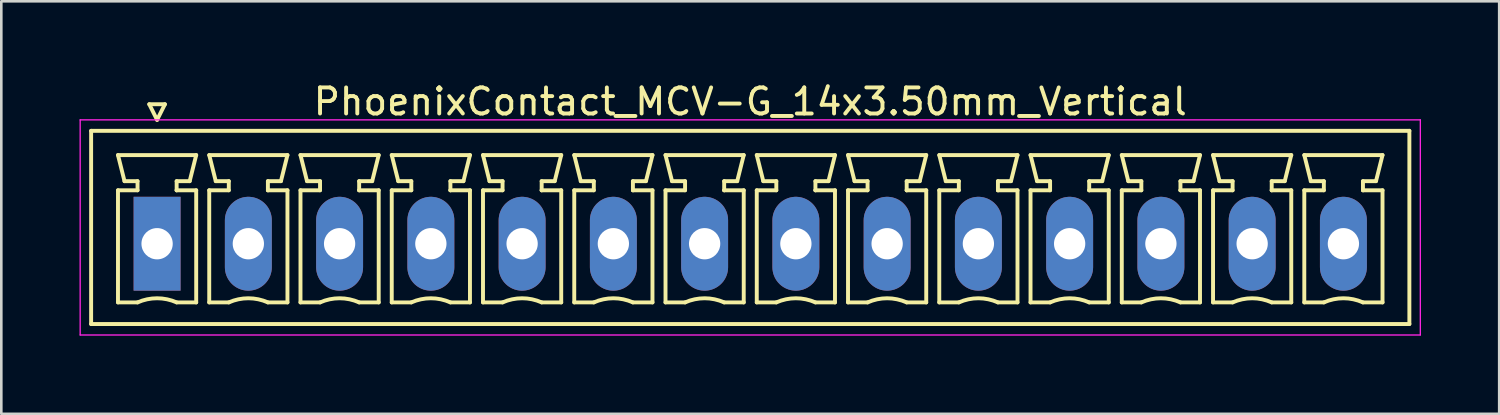
<source format=kicad_pcb>
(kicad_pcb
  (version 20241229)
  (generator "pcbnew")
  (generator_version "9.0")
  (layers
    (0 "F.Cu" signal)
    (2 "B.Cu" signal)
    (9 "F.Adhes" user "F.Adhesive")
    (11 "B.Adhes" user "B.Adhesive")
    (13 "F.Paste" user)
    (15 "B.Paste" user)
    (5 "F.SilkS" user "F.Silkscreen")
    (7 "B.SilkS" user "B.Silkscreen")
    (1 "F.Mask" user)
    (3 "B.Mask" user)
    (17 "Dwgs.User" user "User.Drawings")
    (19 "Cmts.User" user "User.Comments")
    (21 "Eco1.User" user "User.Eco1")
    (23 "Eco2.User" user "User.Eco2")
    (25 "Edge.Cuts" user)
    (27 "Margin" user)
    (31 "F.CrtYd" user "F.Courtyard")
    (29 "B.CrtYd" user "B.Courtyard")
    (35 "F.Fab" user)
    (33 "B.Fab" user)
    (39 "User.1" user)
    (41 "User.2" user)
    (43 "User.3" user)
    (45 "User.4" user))
  (footprint "PhoenixContact_MCV-G_14x3.50mm_Vertical"
    (layer "F.Cu")
    (at 2.975 6.298)
    (property "Reference" "PhoenixContact_MCV-G_14x3.50mm_Vertical" (at 22.75 -5.45 0) (layer "F.SilkS") (effects (font (size 1 1) (thickness 0.15))))
    (attr through_hole)
    (fp_line (start -2.53 -4.33) (end -2.53 3.08) (stroke (width 0.15) (type solid)) (layer "F.SilkS"))
    (fp_line (start -2.53 3.08) (end 48.03 3.08) (stroke (width 0.15) (type solid)) (layer "F.SilkS"))
    (fp_line (start -1.5 -3.4) (end 1.5 -3.4) (stroke (width 0.15) (type solid)) (layer "F.SilkS"))
    (fp_line (start -1.5 -2.05) (end -0.75 -2.05) (stroke (width 0.15) (type solid)) (layer "F.SilkS"))
    (fp_line (start -1.5 2.25) (end -1.5 -2.05) (stroke (width 0.15) (type solid)) (layer "F.SilkS"))
    (fp_line (start -1.25 -2.4) (end -1.5 -3.4) (stroke (width 0.15) (type solid)) (layer "F.SilkS"))
    (fp_line (start -0.75 -2.4) (end -1.25 -2.4) (stroke (width 0.15) (type solid)) (layer "F.SilkS"))
    (fp_line (start -0.75 -2.05) (end -0.75 -2.4) (stroke (width 0.15) (type solid)) (layer "F.SilkS"))
    (fp_line (start -0.75 2.25) (end -1.5 2.25) (stroke (width 0.15) (type solid)) (layer "F.SilkS"))
    (fp_line (start -0.3 -5.35) (end 0 -4.75) (stroke (width 0.15) (type solid)) (layer "F.SilkS"))
    (fp_line (start 0 -4.75) (end 0.3 -5.35) (stroke (width 0.15) (type solid)) (layer "F.SilkS"))
    (fp_line (start 0.3 -5.35) (end -0.3 -5.35) (stroke (width 0.15) (type solid)) (layer "F.SilkS"))
    (fp_line (start 0.75 -2.4) (end 0.75 -2.05) (stroke (width 0.15) (type solid)) (layer "F.SilkS"))
    (fp_line (start 0.75 -2.05) (end 0.75 -2.05) (stroke (width 0.15) (type solid)) (layer "F.SilkS"))
    (fp_line (start 0.75 -2.05) (end 1.5 -2.05) (stroke (width 0.15) (type solid)) (layer "F.SilkS"))
    (fp_line (start 1.25 -2.4) (end 0.75 -2.4) (stroke (width 0.15) (type solid)) (layer "F.SilkS"))
    (fp_line (start 1.5 -3.4) (end 1.25 -2.4) (stroke (width 0.15) (type solid)) (layer "F.SilkS"))
    (fp_line (start 1.5 -2.05) (end 1.5 2.25) (stroke (width 0.15) (type solid)) (layer "F.SilkS"))
    (fp_line (start 1.5 2.25) (end 0.75 2.25) (stroke (width 0.15) (type solid)) (layer "F.SilkS"))
    (fp_line (start 2 -3.4) (end 5 -3.4) (stroke (width 0.15) (type solid)) (layer "F.SilkS"))
    (fp_line (start 2 -2.05) (end 2.75 -2.05) (stroke (width 0.15) (type solid)) (layer "F.SilkS"))
    (fp_line (start 2 2.25) (end 2 -2.05) (stroke (width 0.15) (type solid)) (layer "F.SilkS"))
    (fp_line (start 2.25 -2.4) (end 2 -3.4) (stroke (width 0.15) (type solid)) (layer "F.SilkS"))
    (fp_line (start 2.75 -2.4) (end 2.25 -2.4) (stroke (width 0.15) (type solid)) (layer "F.SilkS"))
    (fp_line (start 2.75 -2.05) (end 2.75 -2.4) (stroke (width 0.15) (type solid)) (layer "F.SilkS"))
    (fp_line (start 2.75 2.25) (end 2 2.25) (stroke (width 0.15) (type solid)) (layer "F.SilkS"))
    (fp_line (start 4.25 -2.4) (end 4.25 -2.05) (stroke (width 0.15) (type solid)) (layer "F.SilkS"))
    (fp_line (start 4.25 -2.05) (end 4.25 -2.05) (stroke (width 0.15) (type solid)) (layer "F.SilkS"))
    (fp_line (start 4.25 -2.05) (end 5 -2.05) (stroke (width 0.15) (type solid)) (layer "F.SilkS"))
    (fp_line (start 4.75 -2.4) (end 4.25 -2.4) (stroke (width 0.15) (type solid)) (layer "F.SilkS"))
    (fp_line (start 5 -3.4) (end 4.75 -2.4) (stroke (width 0.15) (type solid)) (layer "F.SilkS"))
    (fp_line (start 5 -2.05) (end 5 2.25) (stroke (width 0.15) (type solid)) (layer "F.SilkS"))
    (fp_line (start 5 2.25) (end 4.25 2.25) (stroke (width 0.15) (type solid)) (layer "F.SilkS"))
    (fp_line (start 5.5 -3.4) (end 8.5 -3.4) (stroke (width 0.15) (type solid)) (layer "F.SilkS"))
    (fp_line (start 5.5 -2.05) (end 6.25 -2.05) (stroke (width 0.15) (type solid)) (layer "F.SilkS"))
    (fp_line (start 5.5 2.25) (end 5.5 -2.05) (stroke (width 0.15) (type solid)) (layer "F.SilkS"))
    (fp_line (start 5.75 -2.4) (end 5.5 -3.4) (stroke (width 0.15) (type solid)) (layer "F.SilkS"))
    (fp_line (start 6.25 -2.4) (end 5.75 -2.4) (stroke (width 0.15) (type solid)) (layer "F.SilkS"))
    (fp_line (start 6.25 -2.05) (end 6.25 -2.4) (stroke (width 0.15) (type solid)) (layer "F.SilkS"))
    (fp_line (start 6.25 2.25) (end 5.5 2.25) (stroke (width 0.15) (type solid)) (layer "F.SilkS"))
    (fp_line (start 7.75 -2.4) (end 7.75 -2.05) (stroke (width 0.15) (type solid)) (layer "F.SilkS"))
    (fp_line (start 7.75 -2.05) (end 7.75 -2.05) (stroke (width 0.15) (type solid)) (layer "F.SilkS"))
    (fp_line (start 7.75 -2.05) (end 8.5 -2.05) (stroke (width 0.15) (type solid)) (layer "F.SilkS"))
    (fp_line (start 8.25 -2.4) (end 7.75 -2.4) (stroke (width 0.15) (type solid)) (layer "F.SilkS"))
    (fp_line (start 8.5 -3.4) (end 8.25 -2.4) (stroke (width 0.15) (type solid)) (layer "F.SilkS"))
    (fp_line (start 8.5 -2.05) (end 8.5 2.25) (stroke (width 0.15) (type solid)) (layer "F.SilkS"))
    (fp_line (start 8.5 2.25) (end 7.75 2.25) (stroke (width 0.15) (type solid)) (layer "F.SilkS"))
    (fp_line (start 9 -3.4) (end 12 -3.4) (stroke (width 0.15) (type solid)) (layer "F.SilkS"))
    (fp_line (start 9 -2.05) (end 9.75 -2.05) (stroke (width 0.15) (type solid)) (layer "F.SilkS"))
    (fp_line (start 9 2.25) (end 9 -2.05) (stroke (width 0.15) (type solid)) (layer "F.SilkS"))
    (fp_line (start 9.25 -2.4) (end 9 -3.4) (stroke (width 0.15) (type solid)) (layer "F.SilkS"))
    (fp_line (start 9.75 -2.4) (end 9.25 -2.4) (stroke (width 0.15) (type solid)) (layer "F.SilkS"))
    (fp_line (start 9.75 -2.05) (end 9.75 -2.4) (stroke (width 0.15) (type solid)) (layer "F.SilkS"))
    (fp_line (start 9.75 2.25) (end 9 2.25) (stroke (width 0.15) (type solid)) (layer "F.SilkS"))
    (fp_line (start 11.25 -2.4) (end 11.25 -2.05) (stroke (width 0.15) (type solid)) (layer "F.SilkS"))
    (fp_line (start 11.25 -2.05) (end 11.25 -2.05) (stroke (width 0.15) (type solid)) (layer "F.SilkS"))
    (fp_line (start 11.25 -2.05) (end 12 -2.05) (stroke (width 0.15) (type solid)) (layer "F.SilkS"))
    (fp_line (start 11.75 -2.4) (end 11.25 -2.4) (stroke (width 0.15) (type solid)) (layer "F.SilkS"))
    (fp_line (start 12 -3.4) (end 11.75 -2.4) (stroke (width 0.15) (type solid)) (layer "F.SilkS"))
    (fp_line (start 12 -2.05) (end 12 2.25) (stroke (width 0.15) (type solid)) (layer "F.SilkS"))
    (fp_line (start 12 2.25) (end 11.25 2.25) (stroke (width 0.15) (type solid)) (layer "F.SilkS"))
    (fp_line (start 12.5 -3.4) (end 15.5 -3.4) (stroke (width 0.15) (type solid)) (layer "F.SilkS"))
    (fp_line (start 12.5 -2.05) (end 13.25 -2.05) (stroke (width 0.15) (type solid)) (layer "F.SilkS"))
    (fp_line (start 12.5 2.25) (end 12.5 -2.05) (stroke (width 0.15) (type solid)) (layer "F.SilkS"))
    (fp_line (start 12.75 -2.4) (end 12.5 -3.4) (stroke (width 0.15) (type solid)) (layer "F.SilkS"))
    (fp_line (start 13.25 -2.4) (end 12.75 -2.4) (stroke (width 0.15) (type solid)) (layer "F.SilkS"))
    (fp_line (start 13.25 -2.05) (end 13.25 -2.4) (stroke (width 0.15) (type solid)) (layer "F.SilkS"))
    (fp_line (start 13.25 2.25) (end 12.5 2.25) (stroke (width 0.15) (type solid)) (layer "F.SilkS"))
    (fp_line (start 14.75 -2.4) (end 14.75 -2.05) (stroke (width 0.15) (type solid)) (layer "F.SilkS"))
    (fp_line (start 14.75 -2.05) (end 14.75 -2.05) (stroke (width 0.15) (type solid)) (layer "F.SilkS"))
    (fp_line (start 14.75 -2.05) (end 15.5 -2.05) (stroke (width 0.15) (type solid)) (layer "F.SilkS"))
    (fp_line (start 15.25 -2.4) (end 14.75 -2.4) (stroke (width 0.15) (type solid)) (layer "F.SilkS"))
    (fp_line (start 15.5 -3.4) (end 15.25 -2.4) (stroke (width 0.15) (type solid)) (layer "F.SilkS"))
    (fp_line (start 15.5 -2.05) (end 15.5 2.25) (stroke (width 0.15) (type solid)) (layer "F.SilkS"))
    (fp_line (start 15.5 2.25) (end 14.75 2.25) (stroke (width 0.15) (type solid)) (layer "F.SilkS"))
    (fp_line (start 16 -3.4) (end 19 -3.4) (stroke (width 0.15) (type solid)) (layer "F.SilkS"))
    (fp_line (start 16 -2.05) (end 16.75 -2.05) (stroke (width 0.15) (type solid)) (layer "F.SilkS"))
    (fp_line (start 16 2.25) (end 16 -2.05) (stroke (width 0.15) (type solid)) (layer "F.SilkS"))
    (fp_line (start 16.25 -2.4) (end 16 -3.4) (stroke (width 0.15) (type solid)) (layer "F.SilkS"))
    (fp_line (start 16.75 -2.4) (end 16.25 -2.4) (stroke (width 0.15) (type solid)) (layer "F.SilkS"))
    (fp_line (start 16.75 -2.05) (end 16.75 -2.4) (stroke (width 0.15) (type solid)) (layer "F.SilkS"))
    (fp_line (start 16.75 2.25) (end 16 2.25) (stroke (width 0.15) (type solid)) (layer "F.SilkS"))
    (fp_line (start 18.25 -2.4) (end 18.25 -2.05) (stroke (width 0.15) (type solid)) (layer "F.SilkS"))
    (fp_line (start 18.25 -2.05) (end 18.25 -2.05) (stroke (width 0.15) (type solid)) (layer "F.SilkS"))
    (fp_line (start 18.25 -2.05) (end 19 -2.05) (stroke (width 0.15) (type solid)) (layer "F.SilkS"))
    (fp_line (start 18.75 -2.4) (end 18.25 -2.4) (stroke (width 0.15) (type solid)) (layer "F.SilkS"))
    (fp_line (start 19 -3.4) (end 18.75 -2.4) (stroke (width 0.15) (type solid)) (layer "F.SilkS"))
    (fp_line (start 19 -2.05) (end 19 2.25) (stroke (width 0.15) (type solid)) (layer "F.SilkS"))
    (fp_line (start 19 2.25) (end 18.25 2.25) (stroke (width 0.15) (type solid)) (layer "F.SilkS"))
    (fp_line (start 19.5 -3.4) (end 22.5 -3.4) (stroke (width 0.15) (type solid)) (layer "F.SilkS"))
    (fp_line (start 19.5 -2.05) (end 20.25 -2.05) (stroke (width 0.15) (type solid)) (layer "F.SilkS"))
    (fp_line (start 19.5 2.25) (end 19.5 -2.05) (stroke (width 0.15) (type solid)) (layer "F.SilkS"))
    (fp_line (start 19.75 -2.4) (end 19.5 -3.4) (stroke (width 0.15) (type solid)) (layer "F.SilkS"))
    (fp_line (start 20.25 -2.4) (end 19.75 -2.4) (stroke (width 0.15) (type solid)) (layer "F.SilkS"))
    (fp_line (start 20.25 -2.05) (end 20.25 -2.4) (stroke (width 0.15) (type solid)) (layer "F.SilkS"))
    (fp_line (start 20.25 2.25) (end 19.5 2.25) (stroke (width 0.15) (type solid)) (layer "F.SilkS"))
    (fp_line (start 21.75 -2.4) (end 21.75 -2.05) (stroke (width 0.15) (type solid)) (layer "F.SilkS"))
    (fp_line (start 21.75 -2.05) (end 21.75 -2.05) (stroke (width 0.15) (type solid)) (layer "F.SilkS"))
    (fp_line (start 21.75 -2.05) (end 22.5 -2.05) (stroke (width 0.15) (type solid)) (layer "F.SilkS"))
    (fp_line (start 22.25 -2.4) (end 21.75 -2.4) (stroke (width 0.15) (type solid)) (layer "F.SilkS"))
    (fp_line (start 22.5 -3.4) (end 22.25 -2.4) (stroke (width 0.15) (type solid)) (layer "F.SilkS"))
    (fp_line (start 22.5 -2.05) (end 22.5 2.25) (stroke (width 0.15) (type solid)) (layer "F.SilkS"))
    (fp_line (start 22.5 2.25) (end 21.75 2.25) (stroke (width 0.15) (type solid)) (layer "F.SilkS"))
    (fp_line (start 23 -3.4) (end 26 -3.4) (stroke (width 0.15) (type solid)) (layer "F.SilkS"))
    (fp_line (start 23 -2.05) (end 23.75 -2.05) (stroke (width 0.15) (type solid)) (layer "F.SilkS"))
    (fp_line (start 23 2.25) (end 23 -2.05) (stroke (width 0.15) (type solid)) (layer "F.SilkS"))
    (fp_line (start 23.25 -2.4) (end 23 -3.4) (stroke (width 0.15) (type solid)) (layer "F.SilkS"))
    (fp_line (start 23.75 -2.4) (end 23.25 -2.4) (stroke (width 0.15) (type solid)) (layer "F.SilkS"))
    (fp_line (start 23.75 -2.05) (end 23.75 -2.4) (stroke (width 0.15) (type solid)) (layer "F.SilkS"))
    (fp_line (start 23.75 2.25) (end 23 2.25) (stroke (width 0.15) (type solid)) (layer "F.SilkS"))
    (fp_line (start 25.25 -2.4) (end 25.25 -2.05) (stroke (width 0.15) (type solid)) (layer "F.SilkS"))
    (fp_line (start 25.25 -2.05) (end 25.25 -2.05) (stroke (width 0.15) (type solid)) (layer "F.SilkS"))
    (fp_line (start 25.25 -2.05) (end 26 -2.05) (stroke (width 0.15) (type solid)) (layer "F.SilkS"))
    (fp_line (start 25.75 -2.4) (end 25.25 -2.4) (stroke (width 0.15) (type solid)) (layer "F.SilkS"))
    (fp_line (start 26 -3.4) (end 25.75 -2.4) (stroke (width 0.15) (type solid)) (layer "F.SilkS"))
    (fp_line (start 26 -2.05) (end 26 2.25) (stroke (width 0.15) (type solid)) (layer "F.SilkS"))
    (fp_line (start 26 2.25) (end 25.25 2.25) (stroke (width 0.15) (type solid)) (layer "F.SilkS"))
    (fp_line (start 26.5 -3.4) (end 29.5 -3.4) (stroke (width 0.15) (type solid)) (layer "F.SilkS"))
    (fp_line (start 26.5 -2.05) (end 27.25 -2.05) (stroke (width 0.15) (type solid)) (layer "F.SilkS"))
    (fp_line (start 26.5 2.25) (end 26.5 -2.05) (stroke (width 0.15) (type solid)) (layer "F.SilkS"))
    (fp_line (start 26.75 -2.4) (end 26.5 -3.4) (stroke (width 0.15) (type solid)) (layer "F.SilkS"))
    (fp_line (start 27.25 -2.4) (end 26.75 -2.4) (stroke (width 0.15) (type solid)) (layer "F.SilkS"))
    (fp_line (start 27.25 -2.05) (end 27.25 -2.4) (stroke (width 0.15) (type solid)) (layer "F.SilkS"))
    (fp_line (start 27.25 2.25) (end 26.5 2.25) (stroke (width 0.15) (type solid)) (layer "F.SilkS"))
    (fp_line (start 28.75 -2.4) (end 28.75 -2.05) (stroke (width 0.15) (type solid)) (layer "F.SilkS"))
    (fp_line (start 28.75 -2.05) (end 28.75 -2.05) (stroke (width 0.15) (type solid)) (layer "F.SilkS"))
    (fp_line (start 28.75 -2.05) (end 29.5 -2.05) (stroke (width 0.15) (type solid)) (layer "F.SilkS"))
    (fp_line (start 29.25 -2.4) (end 28.75 -2.4) (stroke (width 0.15) (type solid)) (layer "F.SilkS"))
    (fp_line (start 29.5 -3.4) (end 29.25 -2.4) (stroke (width 0.15) (type solid)) (layer "F.SilkS"))
    (fp_line (start 29.5 -2.05) (end 29.5 2.25) (stroke (width 0.15) (type solid)) (layer "F.SilkS"))
    (fp_line (start 29.5 2.25) (end 28.75 2.25) (stroke (width 0.15) (type solid)) (layer "F.SilkS"))
    (fp_line (start 30 -3.4) (end 33 -3.4) (stroke (width 0.15) (type solid)) (layer "F.SilkS"))
    (fp_line (start 30 -2.05) (end 30.75 -2.05) (stroke (width 0.15) (type solid)) (layer "F.SilkS"))
    (fp_line (start 30 2.25) (end 30 -2.05) (stroke (width 0.15) (type solid)) (layer "F.SilkS"))
    (fp_line (start 30.25 -2.4) (end 30 -3.4) (stroke (width 0.15) (type solid)) (layer "F.SilkS"))
    (fp_line (start 30.75 -2.4) (end 30.25 -2.4) (stroke (width 0.15) (type solid)) (layer "F.SilkS"))
    (fp_line (start 30.75 -2.05) (end 30.75 -2.4) (stroke (width 0.15) (type solid)) (layer "F.SilkS"))
    (fp_line (start 30.75 2.25) (end 30 2.25) (stroke (width 0.15) (type solid)) (layer "F.SilkS"))
    (fp_line (start 32.25 -2.4) (end 32.25 -2.05) (stroke (width 0.15) (type solid)) (layer "F.SilkS"))
    (fp_line (start 32.25 -2.05) (end 32.25 -2.05) (stroke (width 0.15) (type solid)) (layer "F.SilkS"))
    (fp_line (start 32.25 -2.05) (end 33 -2.05) (stroke (width 0.15) (type solid)) (layer "F.SilkS"))
    (fp_line (start 32.75 -2.4) (end 32.25 -2.4) (stroke (width 0.15) (type solid)) (layer "F.SilkS"))
    (fp_line (start 33 -3.4) (end 32.75 -2.4) (stroke (width 0.15) (type solid)) (layer "F.SilkS"))
    (fp_line (start 33 -2.05) (end 33 2.25) (stroke (width 0.15) (type solid)) (layer "F.SilkS"))
    (fp_line (start 33 2.25) (end 32.25 2.25) (stroke (width 0.15) (type solid)) (layer "F.SilkS"))
    (fp_line (start 33.5 -3.4) (end 36.5 -3.4) (stroke (width 0.15) (type solid)) (layer "F.SilkS"))
    (fp_line (start 33.5 -2.05) (end 34.25 -2.05) (stroke (width 0.15) (type solid)) (layer "F.SilkS"))
    (fp_line (start 33.5 2.25) (end 33.5 -2.05) (stroke (width 0.15) (type solid)) (layer "F.SilkS"))
    (fp_line (start 33.75 -2.4) (end 33.5 -3.4) (stroke (width 0.15) (type solid)) (layer "F.SilkS"))
    (fp_line (start 34.25 -2.4) (end 33.75 -2.4) (stroke (width 0.15) (type solid)) (layer "F.SilkS"))
    (fp_line (start 34.25 -2.05) (end 34.25 -2.4) (stroke (width 0.15) (type solid)) (layer "F.SilkS"))
    (fp_line (start 34.25 2.25) (end 33.5 2.25) (stroke (width 0.15) (type solid)) (layer "F.SilkS"))
    (fp_line (start 35.75 -2.4) (end 35.75 -2.05) (stroke (width 0.15) (type solid)) (layer "F.SilkS"))
    (fp_line (start 35.75 -2.05) (end 35.75 -2.05) (stroke (width 0.15) (type solid)) (layer "F.SilkS"))
    (fp_line (start 35.75 -2.05) (end 36.5 -2.05) (stroke (width 0.15) (type solid)) (layer "F.SilkS"))
    (fp_line (start 36.25 -2.4) (end 35.75 -2.4) (stroke (width 0.15) (type solid)) (layer "F.SilkS"))
    (fp_line (start 36.5 -3.4) (end 36.25 -2.4) (stroke (width 0.15) (type solid)) (layer "F.SilkS"))
    (fp_line (start 36.5 -2.05) (end 36.5 2.25) (stroke (width 0.15) (type solid)) (layer "F.SilkS"))
    (fp_line (start 36.5 2.25) (end 35.75 2.25) (stroke (width 0.15) (type solid)) (layer "F.SilkS"))
    (fp_line (start 37 -3.4) (end 40 -3.4) (stroke (width 0.15) (type solid)) (layer "F.SilkS"))
    (fp_line (start 37 -2.05) (end 37.75 -2.05) (stroke (width 0.15) (type solid)) (layer "F.SilkS"))
    (fp_line (start 37 2.25) (end 37 -2.05) (stroke (width 0.15) (type solid)) (layer "F.SilkS"))
    (fp_line (start 37.25 -2.4) (end 37 -3.4) (stroke (width 0.15) (type solid)) (layer "F.SilkS"))
    (fp_line (start 37.75 -2.4) (end 37.25 -2.4) (stroke (width 0.15) (type solid)) (layer "F.SilkS"))
    (fp_line (start 37.75 -2.05) (end 37.75 -2.4) (stroke (width 0.15) (type solid)) (layer "F.SilkS"))
    (fp_line (start 37.75 2.25) (end 37 2.25) (stroke (width 0.15) (type solid)) (layer "F.SilkS"))
    (fp_line (start 39.25 -2.4) (end 39.25 -2.05) (stroke (width 0.15) (type solid)) (layer "F.SilkS"))
    (fp_line (start 39.25 -2.05) (end 39.25 -2.05) (stroke (width 0.15) (type solid)) (layer "F.SilkS"))
    (fp_line (start 39.25 -2.05) (end 40 -2.05) (stroke (width 0.15) (type solid)) (layer "F.SilkS"))
    (fp_line (start 39.75 -2.4) (end 39.25 -2.4) (stroke (width 0.15) (type solid)) (layer "F.SilkS"))
    (fp_line (start 40 -3.4) (end 39.75 -2.4) (stroke (width 0.15) (type solid)) (layer "F.SilkS"))
    (fp_line (start 40 -2.05) (end 40 2.25) (stroke (width 0.15) (type solid)) (layer "F.SilkS"))
    (fp_line (start 40 2.25) (end 39.25 2.25) (stroke (width 0.15) (type solid)) (layer "F.SilkS"))
    (fp_line (start 40.5 -3.4) (end 43.5 -3.4) (stroke (width 0.15) (type solid)) (layer "F.SilkS"))
    (fp_line (start 40.5 -2.05) (end 41.25 -2.05) (stroke (width 0.15) (type solid)) (layer "F.SilkS"))
    (fp_line (start 40.5 2.25) (end 40.5 -2.05) (stroke (width 0.15) (type solid)) (layer "F.SilkS"))
    (fp_line (start 40.75 -2.4) (end 40.5 -3.4) (stroke (width 0.15) (type solid)) (layer "F.SilkS"))
    (fp_line (start 41.25 -2.4) (end 40.75 -2.4) (stroke (width 0.15) (type solid)) (layer "F.SilkS"))
    (fp_line (start 41.25 -2.05) (end 41.25 -2.4) (stroke (width 0.15) (type solid)) (layer "F.SilkS"))
    (fp_line (start 41.25 2.25) (end 40.5 2.25) (stroke (width 0.15) (type solid)) (layer "F.SilkS"))
    (fp_line (start 42.75 -2.4) (end 42.75 -2.05) (stroke (width 0.15) (type solid)) (layer "F.SilkS"))
    (fp_line (start 42.75 -2.05) (end 42.75 -2.05) (stroke (width 0.15) (type solid)) (layer "F.SilkS"))
    (fp_line (start 42.75 -2.05) (end 43.5 -2.05) (stroke (width 0.15) (type solid)) (layer "F.SilkS"))
    (fp_line (start 43.25 -2.4) (end 42.75 -2.4) (stroke (width 0.15) (type solid)) (layer "F.SilkS"))
    (fp_line (start 43.5 -3.4) (end 43.25 -2.4) (stroke (width 0.15) (type solid)) (layer "F.SilkS"))
    (fp_line (start 43.5 -2.05) (end 43.5 2.25) (stroke (width 0.15) (type solid)) (layer "F.SilkS"))
    (fp_line (start 43.5 2.25) (end 42.75 2.25) (stroke (width 0.15) (type solid)) (layer "F.SilkS"))
    (fp_line (start 44 -3.4) (end 47 -3.4) (stroke (width 0.15) (type solid)) (layer "F.SilkS"))
    (fp_line (start 44 -2.05) (end 44.75 -2.05) (stroke (width 0.15) (type solid)) (layer "F.SilkS"))
    (fp_line (start 44 2.25) (end 44 -2.05) (stroke (width 0.15) (type solid)) (layer "F.SilkS"))
    (fp_line (start 44.25 -2.4) (end 44 -3.4) (stroke (width 0.15) (type solid)) (layer "F.SilkS"))
    (fp_line (start 44.75 -2.4) (end 44.25 -2.4) (stroke (width 0.15) (type solid)) (layer "F.SilkS"))
    (fp_line (start 44.75 -2.05) (end 44.75 -2.4) (stroke (width 0.15) (type solid)) (layer "F.SilkS"))
    (fp_line (start 44.75 2.25) (end 44 2.25) (stroke (width 0.15) (type solid)) (layer "F.SilkS"))
    (fp_line (start 46.25 -2.4) (end 46.25 -2.05) (stroke (width 0.15) (type solid)) (layer "F.SilkS"))
    (fp_line (start 46.25 -2.05) (end 46.25 -2.05) (stroke (width 0.15) (type solid)) (layer "F.SilkS"))
    (fp_line (start 46.25 -2.05) (end 47 -2.05) (stroke (width 0.15) (type solid)) (layer "F.SilkS"))
    (fp_line (start 46.75 -2.4) (end 46.25 -2.4) (stroke (width 0.15) (type solid)) (layer "F.SilkS"))
    (fp_line (start 47 -3.4) (end 46.75 -2.4) (stroke (width 0.15) (type solid)) (layer "F.SilkS"))
    (fp_line (start 47 -2.05) (end 47 2.25) (stroke (width 0.15) (type solid)) (layer "F.SilkS"))
    (fp_line (start 47 2.25) (end 46.25 2.25) (stroke (width 0.15) (type solid)) (layer "F.SilkS"))
    (fp_line (start 48.03 -4.33) (end -2.53 -4.33) (stroke (width 0.15) (type solid)) (layer "F.SilkS"))
    (fp_line (start 48.03 3.08) (end 48.03 -4.33) (stroke (width 0.15) (type solid)) (layer "F.SilkS"))
    (fp_arc (start -0.75 2.25) (mid -0.000193 2.09191) (end 0.749647 2.249844) (stroke (width 0.15) (type solid)) (layer "F.SilkS"))
    (fp_arc (start 2.75 2.25) (mid 3.499807 2.09191) (end 4.249647 2.249844) (stroke (width 0.15) (type solid)) (layer "F.SilkS"))
    (fp_arc (start 6.25 2.25) (mid 6.999807 2.09191) (end 7.749647 2.249844) (stroke (width 0.15) (type solid)) (layer "F.SilkS"))
    (fp_arc (start 9.75 2.25) (mid 10.499807 2.09191) (end 11.249647 2.249844) (stroke (width 0.15) (type solid)) (layer "F.SilkS"))
    (fp_arc (start 13.25 2.25) (mid 13.999807 2.09191) (end 14.749647 2.249844) (stroke (width 0.15) (type solid)) (layer "F.SilkS"))
    (fp_arc (start 16.75 2.25) (mid 17.499807 2.09191) (end 18.249647 2.249844) (stroke (width 0.15) (type solid)) (layer "F.SilkS"))
    (fp_arc (start 20.25 2.25) (mid 20.999807 2.09191) (end 21.749647 2.249844) (stroke (width 0.15) (type solid)) (layer "F.SilkS"))
    (fp_arc (start 23.75 2.25) (mid 24.499807 2.09191) (end 25.249647 2.249844) (stroke (width 0.15) (type solid)) (layer "F.SilkS"))
    (fp_arc (start 27.25 2.25) (mid 27.999807 2.09191) (end 28.749647 2.249844) (stroke (width 0.15) (type solid)) (layer "F.SilkS"))
    (fp_arc (start 30.75 2.25) (mid 31.499807 2.09191) (end 32.249647 2.249844) (stroke (width 0.15) (type solid)) (layer "F.SilkS"))
    (fp_arc (start 34.25 2.25) (mid 34.999807 2.09191) (end 35.749647 2.249844) (stroke (width 0.15) (type solid)) (layer "F.SilkS"))
    (fp_arc (start 37.75 2.25) (mid 38.499807 2.09191) (end 39.249647 2.249844) (stroke (width 0.15) (type solid)) (layer "F.SilkS"))
    (fp_arc (start 41.25 2.25) (mid 41.999807 2.09191) (end 42.749647 2.249844) (stroke (width 0.15) (type solid)) (layer "F.SilkS"))
    (fp_arc (start 44.75 2.25) (mid 45.499807 2.09191) (end 46.249647 2.249844) (stroke (width 0.15) (type solid)) (layer "F.SilkS"))
    (fp_line (start -2.95 -4.75) (end -2.95 3.5) (stroke (width 0.05) (type solid)) (layer "F.CrtYd"))
    (fp_line (start -2.95 3.5) (end 48.45 3.5) (stroke (width 0.05) (type solid)) (layer "F.CrtYd"))
    (fp_line (start 48.45 -4.75) (end -2.95 -4.75) (stroke (width 0.05) (type solid)) (layer "F.CrtYd"))
    (fp_line (start 48.45 3.5) (end 48.45 -4.75) (stroke (width 0.05) (type solid)) (layer "F.CrtYd"))
    (pad "1" thru_hole rect (at 0 0) (size 1.8 3.6) (drill 1.2) (layers "*.Cu" "*.Mask"))
    (pad "2" thru_hole oval (at 3.5 0) (size 1.8 3.6) (drill 1.2) (layers "*.Cu" "*.Mask"))
    (pad "3" thru_hole oval (at 7 0) (size 1.8 3.6) (drill 1.2) (layers "*.Cu" "*.Mask"))
    (pad "4" thru_hole oval (at 10.5 0) (size 1.8 3.6) (drill 1.2) (layers "*.Cu" "*.Mask"))
    (pad "5" thru_hole oval (at 14 0) (size 1.8 3.6) (drill 1.2) (layers "*.Cu" "*.Mask"))
    (pad "6" thru_hole oval (at 17.5 0) (size 1.8 3.6) (drill 1.2) (layers "*.Cu" "*.Mask"))
    (pad "7" thru_hole oval (at 21 0) (size 1.8 3.6) (drill 1.2) (layers "*.Cu" "*.Mask"))
    (pad "8" thru_hole oval (at 24.5 0) (size 1.8 3.6) (drill 1.2) (layers "*.Cu" "*.Mask"))
    (pad "9" thru_hole oval (at 28 0) (size 1.8 3.6) (drill 1.2) (layers "*.Cu" "*.Mask"))
    (pad "10" thru_hole oval (at 31.5 0) (size 1.8 3.6) (drill 1.2) (layers "*.Cu" "*.Mask"))
    (pad "11" thru_hole oval (at 35 0) (size 1.8 3.6) (drill 1.2) (layers "*.Cu" "*.Mask"))
    (pad "12" thru_hole oval (at 38.5 0) (size 1.8 3.6) (drill 1.2) (layers "*.Cu" "*.Mask"))
    (pad "13" thru_hole oval (at 42 0) (size 1.8 3.6) (drill 1.2) (layers "*.Cu" "*.Mask"))
    (pad "14" thru_hole oval (at 45.5 0) (size 1.8 3.6) (drill 1.2) (layers "*.Cu" "*.Mask")))
  (gr_rect
    (start -3 -3)
    (end 54.45 12.823)
    (stroke (width 0.1) (type default))
    (fill no)
    (layer "Edge.Cuts")))
</source>
